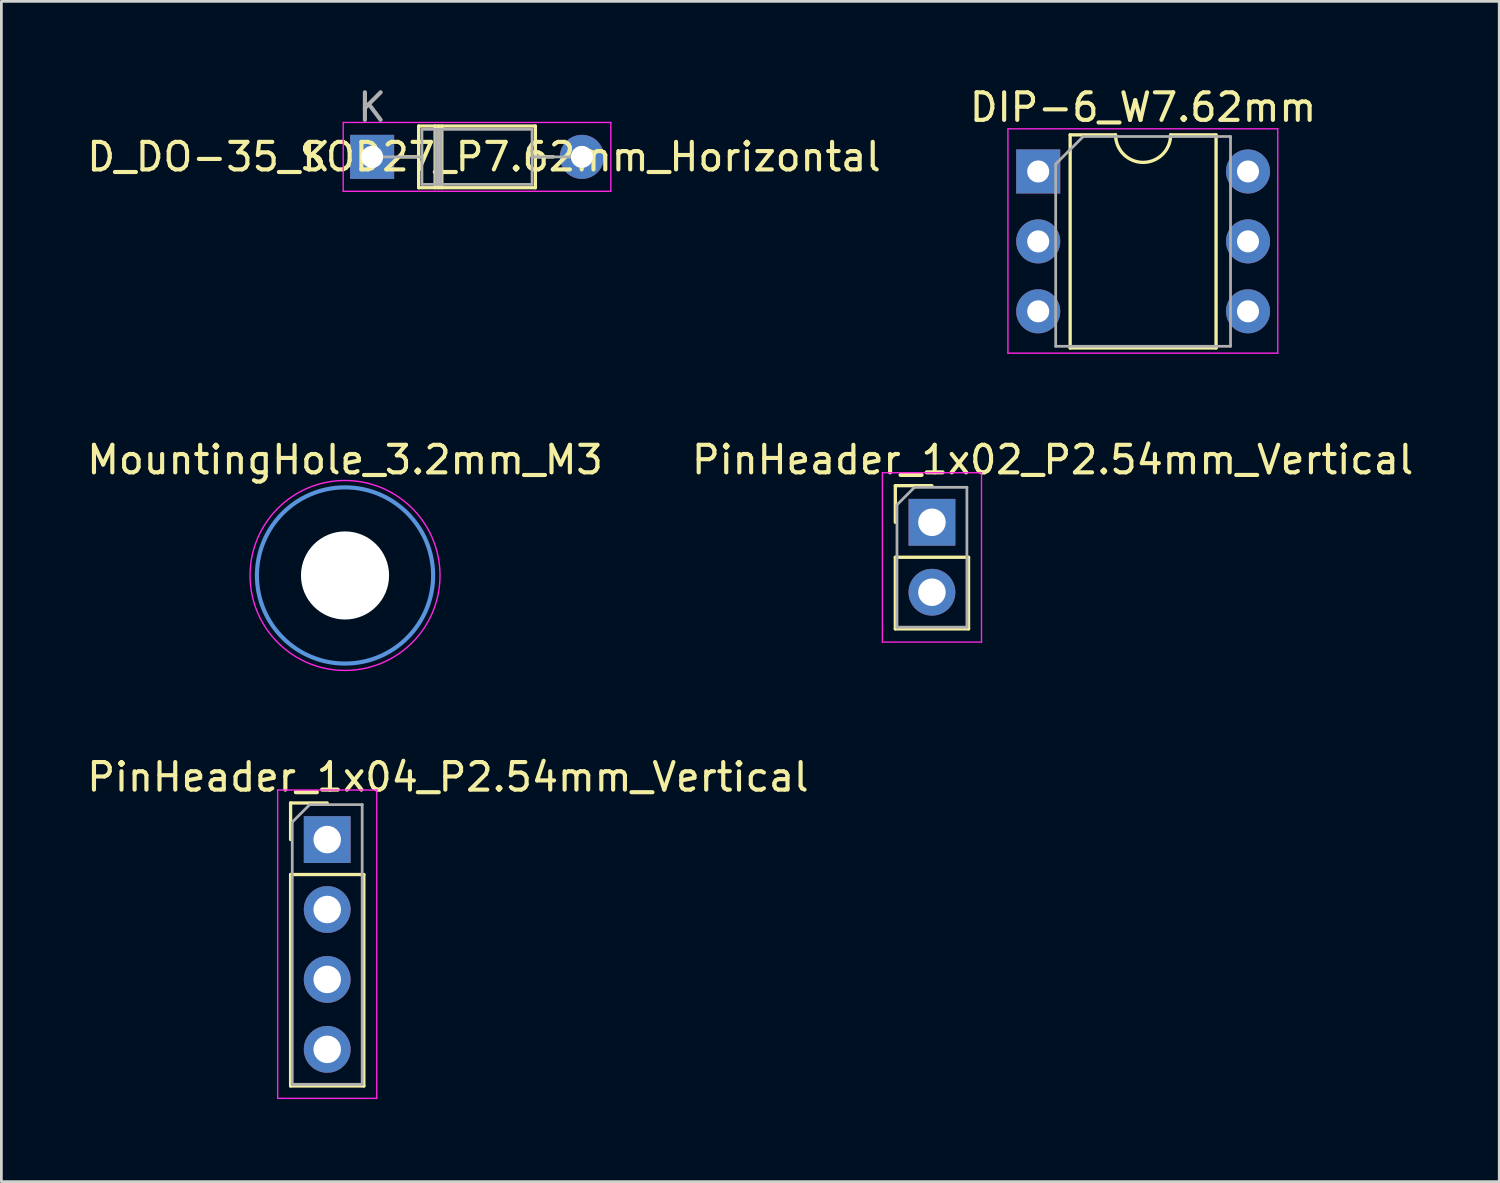
<source format=kicad_pcb>
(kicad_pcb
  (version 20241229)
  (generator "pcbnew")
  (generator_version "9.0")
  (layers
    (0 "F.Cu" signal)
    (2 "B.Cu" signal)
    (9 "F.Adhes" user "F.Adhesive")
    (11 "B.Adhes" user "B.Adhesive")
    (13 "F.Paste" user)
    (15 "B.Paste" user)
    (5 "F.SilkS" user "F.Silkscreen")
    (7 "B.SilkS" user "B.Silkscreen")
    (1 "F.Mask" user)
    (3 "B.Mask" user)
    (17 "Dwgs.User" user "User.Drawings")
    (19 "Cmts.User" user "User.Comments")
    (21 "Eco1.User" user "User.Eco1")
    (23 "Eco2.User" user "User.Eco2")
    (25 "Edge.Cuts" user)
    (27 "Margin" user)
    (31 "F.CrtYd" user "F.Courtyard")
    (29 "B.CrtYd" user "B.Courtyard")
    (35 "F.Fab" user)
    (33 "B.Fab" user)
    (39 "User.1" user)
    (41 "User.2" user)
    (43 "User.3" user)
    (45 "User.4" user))
  (footprint "PinHeader_1x04_P2.54mm_Vertical"
    (layer "F.Cu")
    (at 8.835 27.445)
    (property "Reference" "PinHeader_1x04_P2.54mm_Vertical" (at 4.385 -2.27 180) (layer "F.SilkS") (effects (font (size 1 1) (thickness 0.15))))
    (attr through_hole)
    (fp_line (start -1.33 -1.33) (end 0 -1.33) (stroke (width 0.12) (type solid)) (layer "F.SilkS"))
    (fp_line (start -1.33 0) (end -1.33 -1.33) (stroke (width 0.12) (type solid)) (layer "F.SilkS"))
    (fp_line (start -1.33 1.27) (end -1.33 8.95) (stroke (width 0.12) (type solid)) (layer "F.SilkS"))
    (fp_line (start -1.33 1.27) (end 1.33 1.27) (stroke (width 0.12) (type solid)) (layer "F.SilkS"))
    (fp_line (start -1.33 8.95) (end 1.33 8.95) (stroke (width 0.12) (type solid)) (layer "F.SilkS"))
    (fp_line (start 1.33 1.27) (end 1.33 8.95) (stroke (width 0.12) (type solid)) (layer "F.SilkS"))
    (fp_line (start -1.8 -1.8) (end -1.8 9.4) (stroke (width 0.05) (type solid)) (layer "F.CrtYd"))
    (fp_line (start -1.8 9.4) (end 1.8 9.4) (stroke (width 0.05) (type solid)) (layer "F.CrtYd"))
    (fp_line (start 1.8 -1.8) (end -1.8 -1.8) (stroke (width 0.05) (type solid)) (layer "F.CrtYd"))
    (fp_line (start 1.8 9.4) (end 1.8 -1.8) (stroke (width 0.05) (type solid)) (layer "F.CrtYd"))
    (fp_line (start -1.27 -0.635) (end -0.635 -1.27) (stroke (width 0.1) (type solid)) (layer "F.Fab"))
    (fp_line (start -1.27 8.89) (end -1.27 -0.635) (stroke (width 0.1) (type solid)) (layer "F.Fab"))
    (fp_line (start -0.635 -1.27) (end 1.27 -1.27) (stroke (width 0.1) (type solid)) (layer "F.Fab"))
    (fp_line (start 1.27 -1.27) (end 1.27 8.89) (stroke (width 0.1) (type solid)) (layer "F.Fab"))
    (fp_line (start 1.27 8.89) (end -1.27 8.89) (stroke (width 0.1) (type solid)) (layer "F.Fab"))
    (pad "1" thru_hole rect (at 0 0) (size 1.7 1.7) (drill 1) (layers "*.Cu" "*.Mask"))
    (pad "2" thru_hole oval (at 0 2.54) (size 1.7 1.7) (drill 1) (layers "*.Cu" "*.Mask"))
    (pad "3" thru_hole oval (at 0 5.08) (size 1.7 1.7) (drill 1) (layers "*.Cu" "*.Mask"))
    (pad "4" thru_hole oval (at 0 7.62) (size 1.7 1.7) (drill 1) (layers "*.Cu" "*.Mask")))
  (footprint "MountingHole_3.2mm_M3"
    (layer "F.Cu")
    (at 9.482 17.852)
    (property "Reference" "MountingHole_3.2mm_M3" (at 0 -4.2 0) (layer "F.SilkS") (effects (font (size 1 1) (thickness 0.15))))
    (attr through_hole)
    (fp_circle (center 0 0) (end 3.2 0) (stroke (width 0.15) (type solid)) (fill no) (layer "Cmts.User"))
    (fp_circle (center 0 0) (end 3.45 0) (stroke (width 0.05) (type solid)) (fill no) (layer "F.CrtYd"))
    (pad "" np_thru_hole circle (at 0 0) (size 3.2 3.2) (drill 3.2) (layers "*.Cu" "*.Mask")))
  (footprint "D_DO-35_SOD27_P7.62mm_Horizontal"
    (layer "F.Cu")
    (at 10.466 2.648)
    (property "Reference" "D_DO-35_SOD27_P7.62mm_Horizontal" (at 4.064 0 0) (layer "F.SilkS") (effects (font (size 1 1) (thickness 0.15))))
    (attr through_hole)
    (fp_line (start 1.04 0) (end 1.69 0) (stroke (width 0.12) (type solid)) (layer "F.SilkS"))
    (fp_line (start 1.69 -1.12) (end 1.69 1.12) (stroke (width 0.12) (type solid)) (layer "F.SilkS"))
    (fp_line (start 1.69 1.12) (end 5.93 1.12) (stroke (width 0.12) (type solid)) (layer "F.SilkS"))
    (fp_line (start 2.29 -1.12) (end 2.29 1.12) (stroke (width 0.12) (type solid)) (layer "F.SilkS"))
    (fp_line (start 2.41 -1.12) (end 2.41 1.12) (stroke (width 0.12) (type solid)) (layer "F.SilkS"))
    (fp_line (start 2.53 -1.12) (end 2.53 1.12) (stroke (width 0.12) (type solid)) (layer "F.SilkS"))
    (fp_line (start 5.93 -1.12) (end 1.69 -1.12) (stroke (width 0.12) (type solid)) (layer "F.SilkS"))
    (fp_line (start 5.93 1.12) (end 5.93 -1.12) (stroke (width 0.12) (type solid)) (layer "F.SilkS"))
    (fp_line (start 6.58 0) (end 5.93 0) (stroke (width 0.12) (type solid)) (layer "F.SilkS"))
    (fp_line (start -1.05 -1.25) (end -1.05 1.25) (stroke (width 0.05) (type solid)) (layer "F.CrtYd"))
    (fp_line (start -1.05 1.25) (end 8.67 1.25) (stroke (width 0.05) (type solid)) (layer "F.CrtYd"))
    (fp_line (start 8.67 -1.25) (end -1.05 -1.25) (stroke (width 0.05) (type solid)) (layer "F.CrtYd"))
    (fp_line (start 8.67 1.25) (end 8.67 -1.25) (stroke (width 0.05) (type solid)) (layer "F.CrtYd"))
    (fp_line (start 0 0) (end 1.81 0) (stroke (width 0.1) (type solid)) (layer "F.Fab"))
    (fp_line (start 1.81 -1) (end 1.81 1) (stroke (width 0.1) (type solid)) (layer "F.Fab"))
    (fp_line (start 1.81 1) (end 5.81 1) (stroke (width 0.1) (type solid)) (layer "F.Fab"))
    (fp_line (start 2.31 -1) (end 2.31 1) (stroke (width 0.1) (type solid)) (layer "F.Fab"))
    (fp_line (start 2.41 -1) (end 2.41 1) (stroke (width 0.1) (type solid)) (layer "F.Fab"))
    (fp_line (start 2.51 -1) (end 2.51 1) (stroke (width 0.1) (type solid)) (layer "F.Fab"))
    (fp_line (start 5.81 -1) (end 1.81 -1) (stroke (width 0.1) (type solid)) (layer "F.Fab"))
    (fp_line (start 5.81 1) (end 5.81 -1) (stroke (width 0.1) (type solid)) (layer "F.Fab"))
    (fp_line (start 7.62 0) (end 5.81 0) (stroke (width 0.1) (type solid)) (layer "F.Fab"))
    (fp_text user "K" (at -2.032 0 0) (layer "F.SilkS") (effects (font (size 1 1) (thickness 0.15))))
    (fp_text user "K" (at 0 -1.8 0) (layer "F.Fab") (effects (font (size 1 1) (thickness 0.15))))
    (pad "1" thru_hole rect (at 0 0) (size 1.6 1.6) (drill 0.8) (layers "*.Cu" "*.Mask"))
    (pad "2" thru_hole oval (at 7.62 0) (size 1.6 1.6) (drill 0.8) (layers "*.Cu" "*.Mask")))
  (footprint "PinHeader_1x02_P2.54mm_Vertical"
    (layer "F.Cu")
    (at 30.8 15.921)
    (property "Reference" "PinHeader_1x02_P2.54mm_Vertical" (at 4.385 -2.27 180) (layer "F.SilkS") (effects (font (size 1 1) (thickness 0.15))))
    (attr through_hole)
    (fp_line (start -1.33 -1.33) (end 0 -1.33) (stroke (width 0.12) (type solid)) (layer "F.SilkS"))
    (fp_line (start -1.33 0) (end -1.33 -1.33) (stroke (width 0.12) (type solid)) (layer "F.SilkS"))
    (fp_line (start -1.33 1.27) (end -1.33 3.87) (stroke (width 0.12) (type solid)) (layer "F.SilkS"))
    (fp_line (start -1.33 1.27) (end 1.33 1.27) (stroke (width 0.12) (type solid)) (layer "F.SilkS"))
    (fp_line (start -1.33 3.87) (end 1.33 3.87) (stroke (width 0.12) (type solid)) (layer "F.SilkS"))
    (fp_line (start 1.33 1.27) (end 1.33 3.87) (stroke (width 0.12) (type solid)) (layer "F.SilkS"))
    (fp_line (start -1.8 -1.8) (end -1.8 4.35) (stroke (width 0.05) (type solid)) (layer "F.CrtYd"))
    (fp_line (start -1.8 4.35) (end 1.8 4.35) (stroke (width 0.05) (type solid)) (layer "F.CrtYd"))
    (fp_line (start 1.8 -1.8) (end -1.8 -1.8) (stroke (width 0.05) (type solid)) (layer "F.CrtYd"))
    (fp_line (start 1.8 4.35) (end 1.8 -1.8) (stroke (width 0.05) (type solid)) (layer "F.CrtYd"))
    (fp_line (start -1.27 -0.635) (end -0.635 -1.27) (stroke (width 0.1) (type solid)) (layer "F.Fab"))
    (fp_line (start -1.27 3.81) (end -1.27 -0.635) (stroke (width 0.1) (type solid)) (layer "F.Fab"))
    (fp_line (start -0.635 -1.27) (end 1.27 -1.27) (stroke (width 0.1) (type solid)) (layer "F.Fab"))
    (fp_line (start 1.27 -1.27) (end 1.27 3.81) (stroke (width 0.1) (type solid)) (layer "F.Fab"))
    (fp_line (start 1.27 3.81) (end -1.27 3.81) (stroke (width 0.1) (type solid)) (layer "F.Fab"))
    (pad "1" thru_hole rect (at 0 0) (size 1.7 1.7) (drill 1) (layers "*.Cu" "*.Mask"))
    (pad "2" thru_hole oval (at 0 2.54) (size 1.7 1.7) (drill 1) (layers "*.Cu" "*.Mask")))
  (footprint "DIP-6_W7.62mm"
    (layer "F.Cu")
    (at 34.66 3.178)
    (property "Reference" "DIP-6_W7.62mm" (at 3.81 -2.33 180) (layer "F.SilkS") (effects (font (size 1 1) (thickness 0.15))))
    (attr through_hole)
    (fp_line (start 1.16 -1.33) (end 1.16 6.41) (stroke (width 0.12) (type solid)) (layer "F.SilkS"))
    (fp_line (start 1.16 6.41) (end 6.46 6.41) (stroke (width 0.12) (type solid)) (layer "F.SilkS"))
    (fp_line (start 2.81 -1.33) (end 1.16 -1.33) (stroke (width 0.12) (type solid)) (layer "F.SilkS"))
    (fp_line (start 6.46 -1.33) (end 4.81 -1.33) (stroke (width 0.12) (type solid)) (layer "F.SilkS"))
    (fp_line (start 6.46 6.41) (end 6.46 -1.33) (stroke (width 0.12) (type solid)) (layer "F.SilkS"))
    (fp_arc (start 4.81 -1.33) (mid 3.81 -0.33) (end 2.81 -1.33) (stroke (width 0.12) (type solid)) (layer "F.SilkS"))
    (fp_line (start -1.1 -1.55) (end -1.1 6.6) (stroke (width 0.05) (type solid)) (layer "F.CrtYd"))
    (fp_line (start -1.1 6.6) (end 8.7 6.6) (stroke (width 0.05) (type solid)) (layer "F.CrtYd"))
    (fp_line (start 8.7 -1.55) (end -1.1 -1.55) (stroke (width 0.05) (type solid)) (layer "F.CrtYd"))
    (fp_line (start 8.7 6.6) (end 8.7 -1.55) (stroke (width 0.05) (type solid)) (layer "F.CrtYd"))
    (fp_line (start 0.635 -0.27) (end 1.635 -1.27) (stroke (width 0.1) (type solid)) (layer "F.Fab"))
    (fp_line (start 0.635 6.35) (end 0.635 -0.27) (stroke (width 0.1) (type solid)) (layer "F.Fab"))
    (fp_line (start 1.635 -1.27) (end 6.985 -1.27) (stroke (width 0.1) (type solid)) (layer "F.Fab"))
    (fp_line (start 6.985 -1.27) (end 6.985 6.35) (stroke (width 0.1) (type solid)) (layer "F.Fab"))
    (fp_line (start 6.985 6.35) (end 0.635 6.35) (stroke (width 0.1) (type solid)) (layer "F.Fab"))
    (pad "1" thru_hole rect (at 0 0) (size 1.6 1.6) (drill 0.8) (layers "*.Cu" "*.Mask"))
    (pad "2" thru_hole oval (at 0 2.54) (size 1.6 1.6) (drill 0.8) (layers "*.Cu" "*.Mask"))
    (pad "3" thru_hole oval (at 0 5.08) (size 1.6 1.6) (drill 0.8) (layers "*.Cu" "*.Mask"))
    (pad "4" thru_hole oval (at 7.62 5.08) (size 1.6 1.6) (drill 0.8) (layers "*.Cu" "*.Mask"))
    (pad "5" thru_hole oval (at 7.62 2.54) (size 1.6 1.6) (drill 0.8) (layers "*.Cu" "*.Mask"))
    (pad "6" thru_hole oval (at 7.62 0) (size 1.6 1.6) (drill 0.8) (layers "*.Cu" "*.Mask")))
  (gr_rect
    (start -3 -3)
    (end 51.405 39.87)
    (stroke (width 0.1) (type default))
    (fill no)
    (layer "Edge.Cuts")))
</source>
